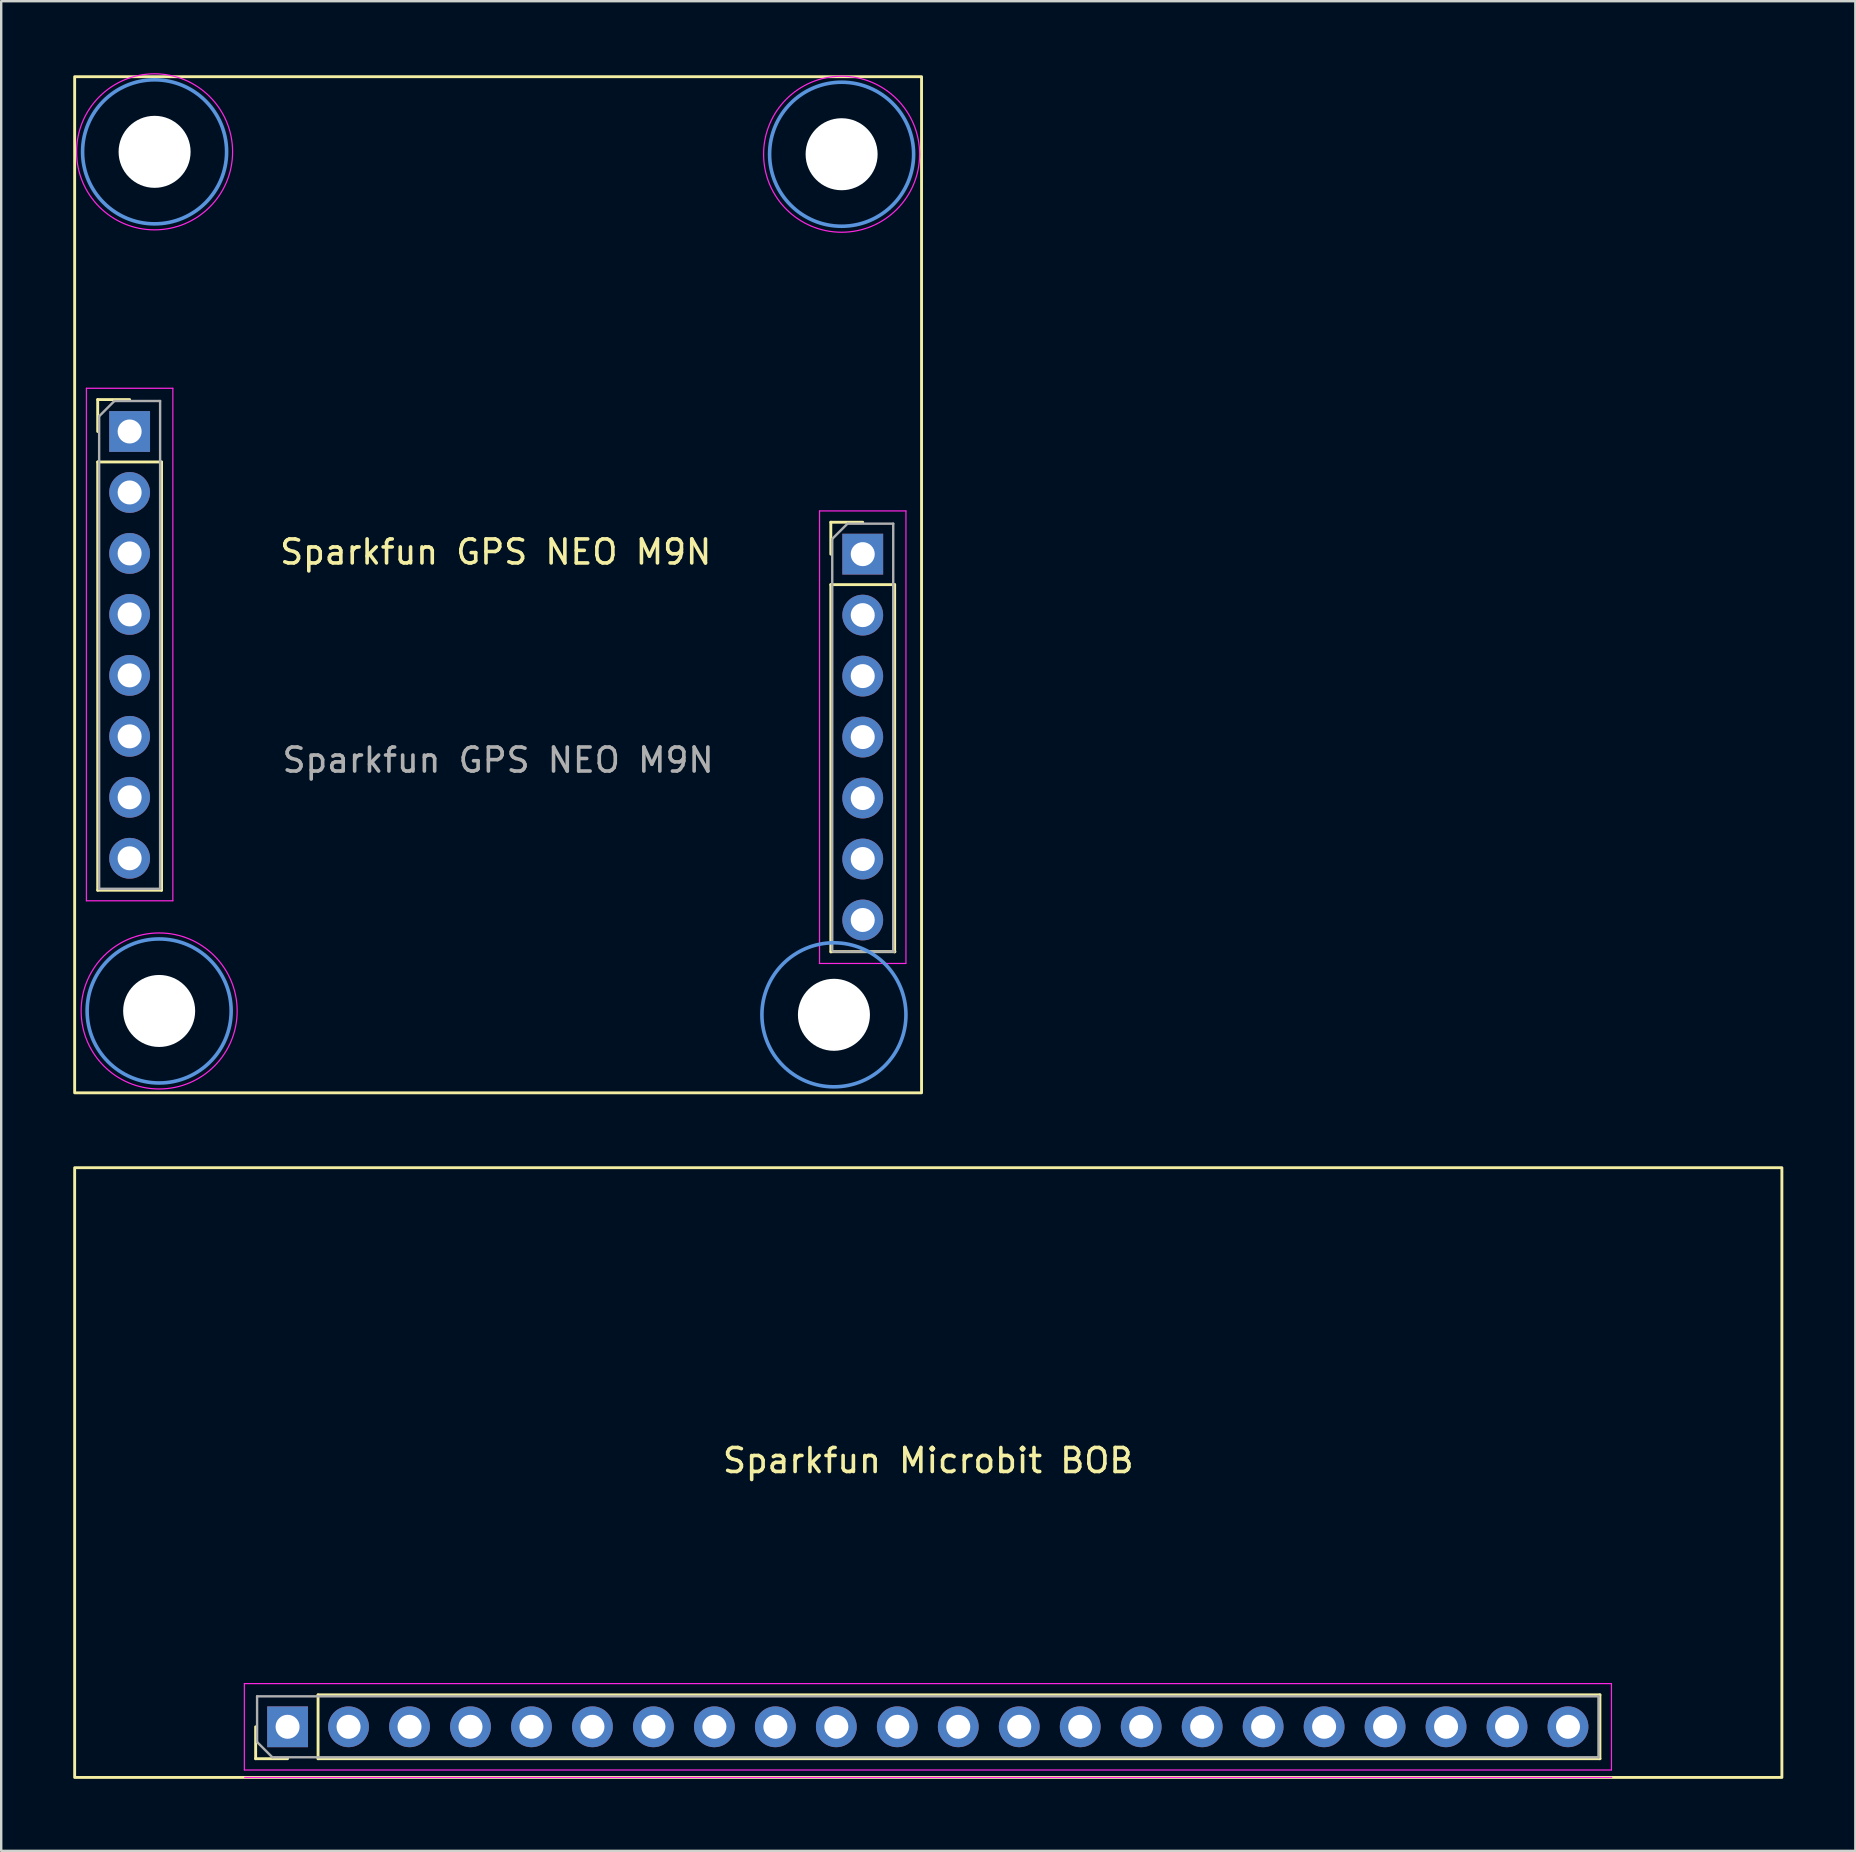
<source format=kicad_pcb>
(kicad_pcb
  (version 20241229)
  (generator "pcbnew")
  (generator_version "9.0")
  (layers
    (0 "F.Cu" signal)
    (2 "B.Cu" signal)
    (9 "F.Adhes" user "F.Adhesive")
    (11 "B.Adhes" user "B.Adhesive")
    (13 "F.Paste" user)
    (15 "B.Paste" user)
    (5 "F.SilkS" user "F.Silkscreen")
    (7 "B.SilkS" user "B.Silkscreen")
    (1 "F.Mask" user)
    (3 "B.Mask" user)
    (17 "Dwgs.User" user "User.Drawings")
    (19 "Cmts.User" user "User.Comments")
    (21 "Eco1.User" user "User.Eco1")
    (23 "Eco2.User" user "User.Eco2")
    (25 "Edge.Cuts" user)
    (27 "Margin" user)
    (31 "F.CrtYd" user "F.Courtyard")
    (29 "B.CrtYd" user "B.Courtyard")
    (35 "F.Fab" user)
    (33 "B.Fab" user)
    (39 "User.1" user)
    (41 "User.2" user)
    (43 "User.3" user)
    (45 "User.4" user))
  (footprint "Sparkfun Microbit BOB"
    (layer "F.Cu")
    (at 35.62 58.295)
    (property "Reference" "Sparkfun Microbit BOB" (at 0 -0.5 0) (unlocked yes) (layer "F.SilkS") (effects (font (size 1 1) (thickness 0.15))))
    (attr through_hole)
    (fp_line (start -28.02 11.92) (end -28.02 10.59) (stroke (width 0.12) (type solid)) (layer "F.SilkS"))
    (fp_line (start -26.69 11.92) (end -28.02 11.92) (stroke (width 0.12) (type solid)) (layer "F.SilkS"))
    (fp_line (start -25.42 9.26) (end 27.98 9.26) (stroke (width 0.12) (type solid)) (layer "F.SilkS"))
    (fp_line (start -25.42 11.92) (end -25.42 9.26) (stroke (width 0.12) (type solid)) (layer "F.SilkS"))
    (fp_line (start -25.42 11.92) (end 27.98 11.92) (stroke (width 0.12) (type solid)) (layer "F.SilkS"))
    (fp_line (start 27.98 11.92) (end 27.98 9.26) (stroke (width 0.12) (type solid)) (layer "F.SilkS"))
    (fp_rect (start -35.56 -12.7) (end 35.56 12.7) (stroke (width 0.12) (type solid)) (fill no) (layer "F.SilkS"))
    (fp_line (start -28.49 8.79) (end -28.49 12.39) (stroke (width 0.05) (type solid)) (layer "F.CrtYd"))
    (fp_line (start -28.49 12.39) (end 28.46 12.39) (stroke (width 0.05) (type solid)) (layer "F.CrtYd"))
    (fp_line (start -28.475 12.7) (end 28.475 12.7) (stroke (width 0.05) (type solid)) (layer "F.CrtYd"))
    (fp_line (start 28.46 8.79) (end -28.49 8.79) (stroke (width 0.05) (type solid)) (layer "F.CrtYd"))
    (fp_line (start 28.46 12.39) (end 28.46 8.79) (stroke (width 0.05) (type solid)) (layer "F.CrtYd"))
    (fp_line (start -27.96 9.32) (end 27.92 9.32) (stroke (width 0.1) (type solid)) (layer "F.Fab"))
    (fp_line (start -27.96 11.225) (end -27.96 9.32) (stroke (width 0.1) (type solid)) (layer "F.Fab"))
    (fp_line (start -27.325 11.86) (end -27.96 11.225) (stroke (width 0.1) (type solid)) (layer "F.Fab"))
    (fp_line (start 27.92 9.32) (end 27.92 11.86) (stroke (width 0.1) (type solid)) (layer "F.Fab"))
    (fp_line (start 27.92 11.86) (end -27.325 11.86) (stroke (width 0.1) (type solid)) (layer "F.Fab"))
    (pad "1" thru_hole rect (at -26.69 10.59 90) (size 1.7 1.7) (drill 1) (layers "*.Cu" "*.Mask"))
    (pad "2" thru_hole oval (at -24.15 10.59 90) (size 1.7 1.7) (drill 1) (layers "*.Cu" "*.Mask"))
    (pad "3" thru_hole oval (at -21.61 10.59 90) (size 1.7 1.7) (drill 1) (layers "*.Cu" "*.Mask"))
    (pad "4" thru_hole oval (at -19.07 10.59 90) (size 1.7 1.7) (drill 1) (layers "*.Cu" "*.Mask"))
    (pad "5" thru_hole oval (at -16.53 10.59 90) (size 1.7 1.7) (drill 1) (layers "*.Cu" "*.Mask"))
    (pad "6" thru_hole oval (at -13.99 10.59 90) (size 1.7 1.7) (drill 1) (layers "*.Cu" "*.Mask"))
    (pad "7" thru_hole oval (at -11.45 10.59 90) (size 1.7 1.7) (drill 1) (layers "*.Cu" "*.Mask"))
    (pad "8" thru_hole oval (at -8.91 10.59 90) (size 1.7 1.7) (drill 1) (layers "*.Cu" "*.Mask"))
    (pad "9" thru_hole oval (at -6.37 10.59 90) (size 1.7 1.7) (drill 1) (layers "*.Cu" "*.Mask"))
    (pad "10" thru_hole oval (at -3.83 10.59 90) (size 1.7 1.7) (drill 1) (layers "*.Cu" "*.Mask"))
    (pad "11" thru_hole oval (at -1.29 10.59 90) (size 1.7 1.7) (drill 1) (layers "*.Cu" "*.Mask"))
    (pad "12" thru_hole oval (at 1.25 10.59 90) (size 1.7 1.7) (drill 1) (layers "*.Cu" "*.Mask"))
    (pad "13" thru_hole oval (at 3.79 10.59 90) (size 1.7 1.7) (drill 1) (layers "*.Cu" "*.Mask"))
    (pad "14" thru_hole oval (at 6.33 10.59 90) (size 1.7 1.7) (drill 1) (layers "*.Cu" "*.Mask"))
    (pad "15" thru_hole oval (at 8.87 10.59 90) (size 1.7 1.7) (drill 1) (layers "*.Cu" "*.Mask"))
    (pad "16" thru_hole oval (at 11.41 10.59 90) (size 1.7 1.7) (drill 1) (layers "*.Cu" "*.Mask"))
    (pad "17" thru_hole oval (at 13.95 10.59 90) (size 1.7 1.7) (drill 1) (layers "*.Cu" "*.Mask"))
    (pad "18" thru_hole oval (at 16.49 10.59 90) (size 1.7 1.7) (drill 1) (layers "*.Cu" "*.Mask"))
    (pad "19" thru_hole oval (at 19.03 10.59 90) (size 1.7 1.7) (drill 1) (layers "*.Cu" "*.Mask"))
    (pad "20" thru_hole oval (at 21.57 10.59 90) (size 1.7 1.7) (drill 1) (layers "*.Cu" "*.Mask"))
    (pad "21" thru_hole oval (at 24.11 10.59 90) (size 1.7 1.7) (drill 1) (layers "*.Cu" "*.Mask"))
    (pad "22" thru_hole oval (at 26.65 10.59 90) (size 1.7 1.7) (drill 1) (layers "*.Cu" "*.Mask")))
  (footprint "Sparkfun GPS NEO M9N"
    (layer "F.Cu")
    (at 17.67 23.795)
    (property "Reference" "Sparkfun GPS NEO M9N" (at -0.07 -3.85 0) (unlocked yes) (layer "F.SilkS") (effects (font (size 1 1) (thickness 0.15))))
    (attr through_hole)
    (fp_line (start -16.65 -10.2) (end -15.32 -10.2) (stroke (width 0.12) (type solid)) (layer "F.SilkS"))
    (fp_line (start -16.65 -8.87) (end -16.65 -10.2) (stroke (width 0.12) (type solid)) (layer "F.SilkS"))
    (fp_line (start -16.65 -7.6) (end -16.65 10.24) (stroke (width 0.12) (type solid)) (layer "F.SilkS"))
    (fp_line (start -16.65 -7.6) (end -13.99 -7.6) (stroke (width 0.12) (type solid)) (layer "F.SilkS"))
    (fp_line (start -16.65 10.24) (end -13.99 10.24) (stroke (width 0.12) (type solid)) (layer "F.SilkS"))
    (fp_line (start -13.99 -7.6) (end -13.99 10.24) (stroke (width 0.12) (type solid)) (layer "F.SilkS"))
    (fp_line (start 13.89 -5.09) (end 15.22 -5.09) (stroke (width 0.12) (type solid)) (layer "F.SilkS"))
    (fp_line (start 13.89 -3.76) (end 13.89 -5.09) (stroke (width 0.12) (type solid)) (layer "F.SilkS"))
    (fp_line (start 13.89 -2.49) (end 13.89 12.81) (stroke (width 0.12) (type solid)) (layer "F.SilkS"))
    (fp_line (start 13.89 -2.49) (end 16.55 -2.49) (stroke (width 0.12) (type solid)) (layer "F.SilkS"))
    (fp_line (start 13.9 12.8) (end 16.56 12.8) (stroke (width 0.12) (type solid)) (layer "F.SilkS"))
    (fp_line (start 16.55 -2.49) (end 16.55 12.81) (stroke (width 0.12) (type solid)) (layer "F.SilkS"))
    (fp_rect (start -17.61 -23.65) (end 17.67 18.68) (stroke (width 0.12) (type solid)) (fill no) (layer "F.SilkS"))
    (fp_circle (center -14.28 -20.52) (end -11.28 -20.52) (stroke (width 0.15) (type solid)) (fill no) (layer "Cmts.User"))
    (fp_circle (center -14.09 15.27) (end -11.09 15.27) (stroke (width 0.15) (type solid)) (fill no) (layer "Cmts.User"))
    (fp_circle (center 14.02 15.43) (end 17.02 15.43) (stroke (width 0.15) (type solid)) (fill no) (layer "Cmts.User"))
    (fp_circle (center 14.34 -20.42) (end 17.34 -20.42) (stroke (width 0.15) (type solid)) (fill no) (layer "Cmts.User"))
    (fp_line (start -17.12 -10.67) (end -17.12 10.68) (stroke (width 0.05) (type solid)) (layer "F.CrtYd"))
    (fp_line (start -17.12 10.68) (end -13.52 10.68) (stroke (width 0.05) (type solid)) (layer "F.CrtYd"))
    (fp_line (start -13.52 -10.67) (end -17.12 -10.67) (stroke (width 0.05) (type solid)) (layer "F.CrtYd"))
    (fp_line (start -13.52 10.68) (end -13.52 -10.67) (stroke (width 0.05) (type solid)) (layer "F.CrtYd"))
    (fp_line (start 13.41 13.29) (end 17.01 13.29) (stroke (width 0.05) (type solid)) (layer "F.CrtYd"))
    (fp_line (start 13.42 -5.56) (end 13.42 13.29) (stroke (width 0.05) (type solid)) (layer "F.CrtYd"))
    (fp_line (start 17.02 -5.56) (end 13.42 -5.56) (stroke (width 0.05) (type solid)) (layer "F.CrtYd"))
    (fp_line (start 17.02 13.29) (end 17.02 -5.56) (stroke (width 0.05) (type solid)) (layer "F.CrtYd"))
    (fp_circle (center -14.28 -20.52) (end -11.03 -20.52) (stroke (width 0.05) (type solid)) (fill no) (layer "F.CrtYd"))
    (fp_circle (center -14.09 15.27) (end -10.84 15.27) (stroke (width 0.05) (type solid)) (fill no) (layer "F.CrtYd"))
    (fp_circle (center 14.34 -20.42) (end 17.59 -20.42) (stroke (width 0.05) (type solid)) (fill no) (layer "F.CrtYd"))
    (fp_line (start -16.59 -9.505) (end -15.955 -10.14) (stroke (width 0.1) (type solid)) (layer "F.Fab"))
    (fp_line (start -16.59 10.18) (end -16.59 -9.505) (stroke (width 0.1) (type solid)) (layer "F.Fab"))
    (fp_line (start -15.955 -10.14) (end -14.05 -10.14) (stroke (width 0.1) (type solid)) (layer "F.Fab"))
    (fp_line (start -14.05 -10.14) (end -14.05 10.18) (stroke (width 0.1) (type solid)) (layer "F.Fab"))
    (fp_line (start -14.05 10.18) (end -16.59 10.18) (stroke (width 0.1) (type solid)) (layer "F.Fab"))
    (fp_line (start 13.95 -4.395) (end 14.585 -5.03) (stroke (width 0.1) (type solid)) (layer "F.Fab"))
    (fp_line (start 13.95 12.75) (end 13.95 -4.395) (stroke (width 0.1) (type solid)) (layer "F.Fab"))
    (fp_line (start 14.585 -5.03) (end 16.49 -5.03) (stroke (width 0.1) (type solid)) (layer "F.Fab"))
    (fp_line (start 16.49 -5.03) (end 16.49 12.75) (stroke (width 0.1) (type solid)) (layer "F.Fab"))
    (fp_line (start 16.53 12.8) (end 13.99 12.8) (stroke (width 0.1) (type solid)) (layer "F.Fab"))
    (fp_text user "${REFERENCE}" (at 0.03 4.82 0) (unlocked yes) (layer "F.Fab") (effects (font (size 1 1) (thickness 0.15))))
    (pad "" np_thru_hole circle (at -14.28 -20.52) (size 3 3) (drill 3) (layers "*.Cu" "*.Mask"))
    (pad "" np_thru_hole circle (at -14.09 15.27) (size 3 3) (drill 3) (layers "*.Cu" "*.Mask"))
    (pad "" np_thru_hole circle (at 14.02 15.43) (size 3 3) (drill 3) (layers "*.Cu" "*.Mask"))
    (pad "" np_thru_hole circle (at 14.34 -20.42) (size 3 3) (drill 3) (layers "*.Cu" "*.Mask"))
    (pad "1" thru_hole rect (at -15.32 -8.87) (size 1.7 1.7) (drill 1) (layers "*.Cu" "*.Mask"))
    (pad "2" thru_hole oval (at -15.32 -6.33) (size 1.7 1.7) (drill 1) (layers "*.Cu" "*.Mask"))
    (pad "3" thru_hole oval (at -15.32 -3.79) (size 1.7 1.7) (drill 1) (layers "*.Cu" "*.Mask"))
    (pad "4" thru_hole oval (at -15.32 -1.25) (size 1.7 1.7) (drill 1) (layers "*.Cu" "*.Mask"))
    (pad "5" thru_hole oval (at -15.32 1.29) (size 1.7 1.7) (drill 1) (layers "*.Cu" "*.Mask"))
    (pad "6" thru_hole oval (at -15.32 3.83) (size 1.7 1.7) (drill 1) (layers "*.Cu" "*.Mask"))
    (pad "7" thru_hole oval (at -15.32 6.37) (size 1.7 1.7) (drill 1) (layers "*.Cu" "*.Mask"))
    (pad "8" thru_hole oval (at -15.32 8.91) (size 1.7 1.7) (drill 1) (layers "*.Cu" "*.Mask"))
    (pad "9" thru_hole rect (at 15.22 -3.76) (size 1.7 1.7) (drill 1) (layers "*.Cu" "*.Mask"))
    (pad "10" thru_hole oval (at 15.22 -1.22) (size 1.7 1.7) (drill 1) (layers "*.Cu" "*.Mask"))
    (pad "11" thru_hole oval (at 15.22 1.32) (size 1.7 1.7) (drill 1) (layers "*.Cu" "*.Mask"))
    (pad "12" thru_hole oval (at 15.22 3.86) (size 1.7 1.7) (drill 1) (layers "*.Cu" "*.Mask"))
    (pad "13" thru_hole oval (at 15.22 6.4) (size 1.7 1.7) (drill 1) (layers "*.Cu" "*.Mask"))
    (pad "14" thru_hole oval (at 15.22 8.94) (size 1.7 1.7) (drill 1) (layers "*.Cu" "*.Mask"))
    (pad "15" thru_hole oval (at 15.22 11.48) (size 1.7 1.7) (drill 1) (layers "*.Cu" "*.Mask")))
  (gr_rect
    (start -3 -3)
    (end 74.24 74.055)
    (stroke (width 0.1) (type default))
    (fill no)
    (layer "Edge.Cuts")))
</source>
